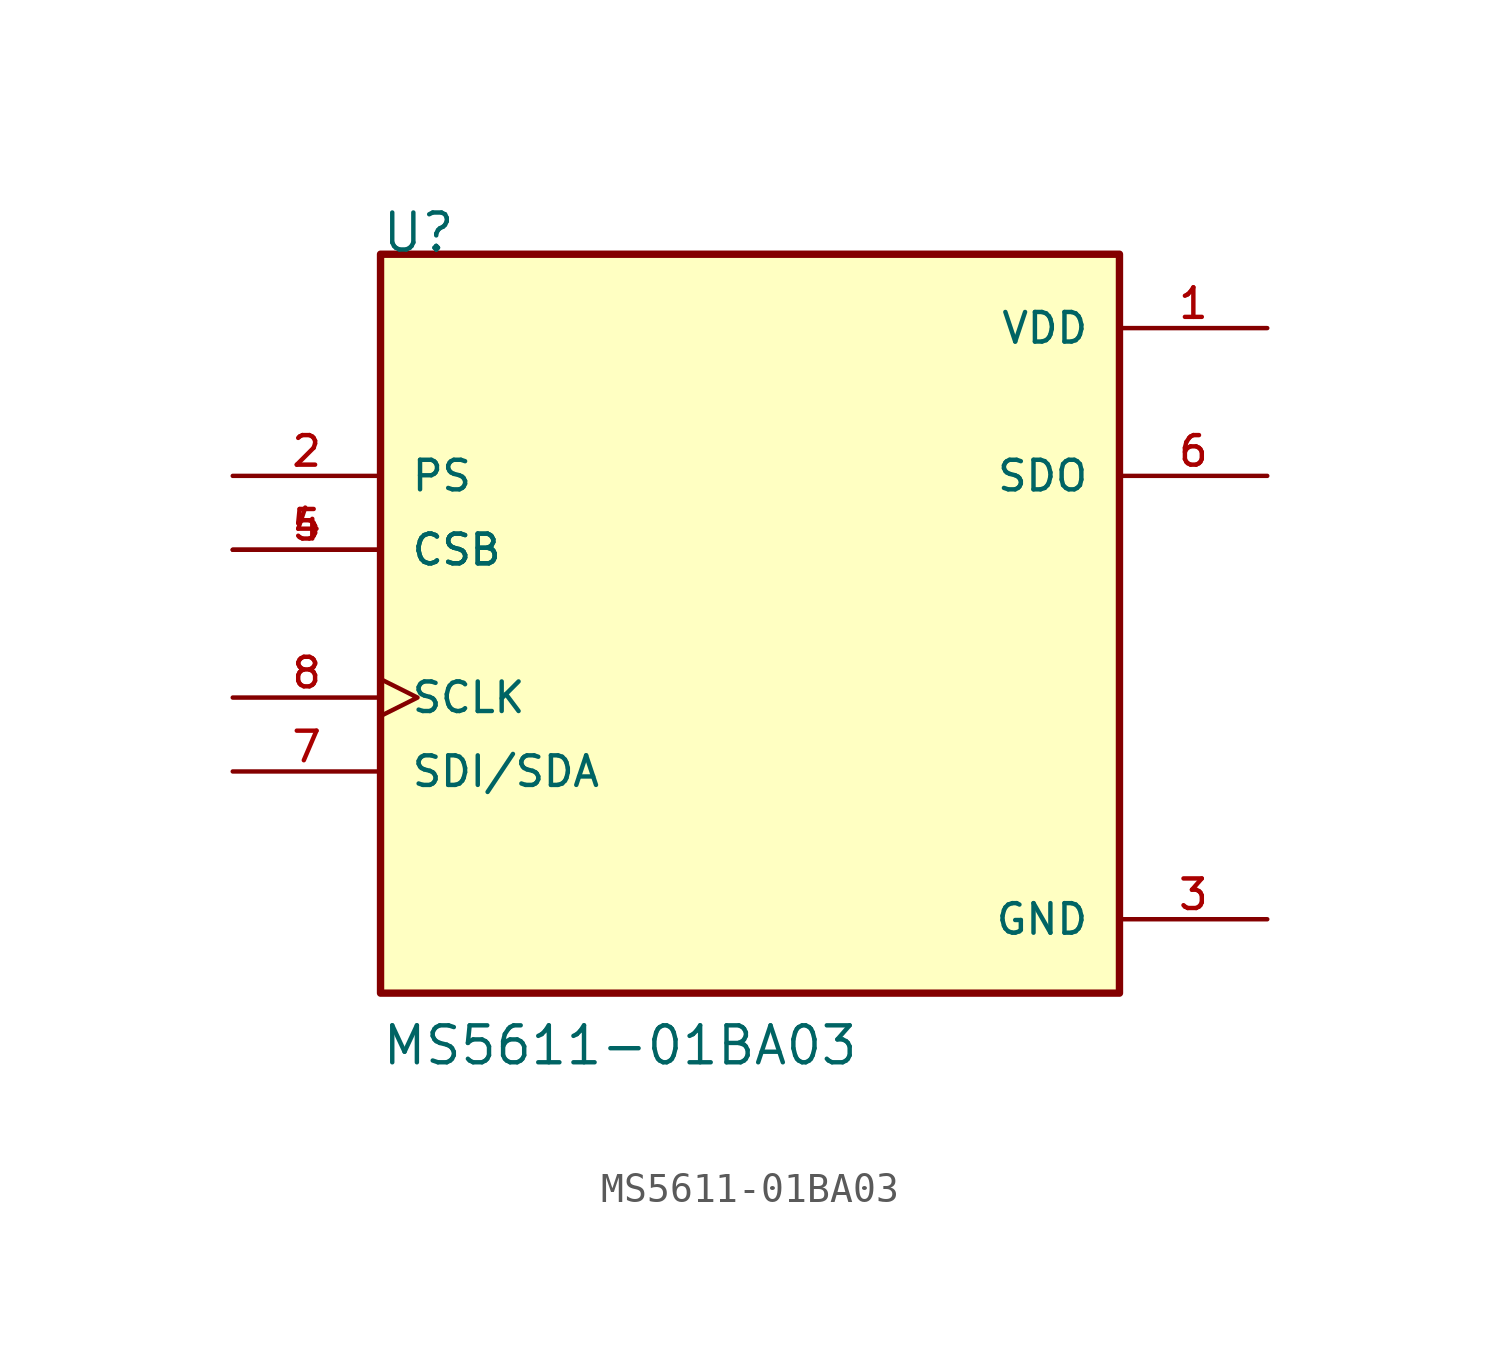
<source format=kicad_sym>
(kicad_symbol_lib
  (version 20211014)
  (generator kicad_symbol_editor)
  (symbol "MS5611-01BA03"
    (pin_names
      (offset 1.016))
    (property "Reference" "U"
      (at -12.7 12.7 0)
      (effects (font (size 1.27 1.27)) (justify bottom left)))
    (property "Value" "MS5611-01BA03"
      (at -12.7 -15.24 0)
      (effects (font (size 1.27 1.27)) (justify bottom left)))
    (symbol "MS5611-01BA03_0_0"
      (rectangle (start -12.7 -12.7) (end 12.7 12.7) (stroke (width 0.254)) (fill (type background)))
      (pin power_in line (at 17.78 10.16 180.0) (length 5.08) (name "VDD" (effects (font (size 1.016 1.016)))) (number "1" (effects (font (size 1.016 1.016)))))
      (pin input line (at -17.78 5.08 0) (length 5.08) (name "PS" (effects (font (size 1.016 1.016)))) (number "2" (effects (font (size 1.016 1.016)))))
      (pin power_in line (at 17.78 -10.16 180.0) (length 5.08) (name "GND" (effects (font (size 1.016 1.016)))) (number "3" (effects (font (size 1.016 1.016)))))
      (pin input line (at -17.78 2.54 0) (length 5.08) (name "CSB" (effects (font (size 1.016 1.016)))) (number "4" (effects (font (size 1.016 1.016)))))
      (pin input line (at -17.78 2.54 0) (length 5.08) (name "CSB" (effects (font (size 1.016 1.016)))) (number "5" (effects (font (size 1.016 1.016)))))
      (pin output line (at 17.78 5.08 180.0) (length 5.08) (name "SDO" (effects (font (size 1.016 1.016)))) (number "6" (effects (font (size 1.016 1.016)))))
      (pin bidirectional line (at -17.78 -5.08 0) (length 5.08) (name "SDI/SDA" (effects (font (size 1.016 1.016)))) (number "7" (effects (font (size 1.016 1.016)))))
      (pin input clock (at -17.78 -2.54 0) (length 5.08) (name "SCLK" (effects (font (size 1.016 1.016)))) (number "8" (effects (font (size 1.016 1.016))))))))
</source>
